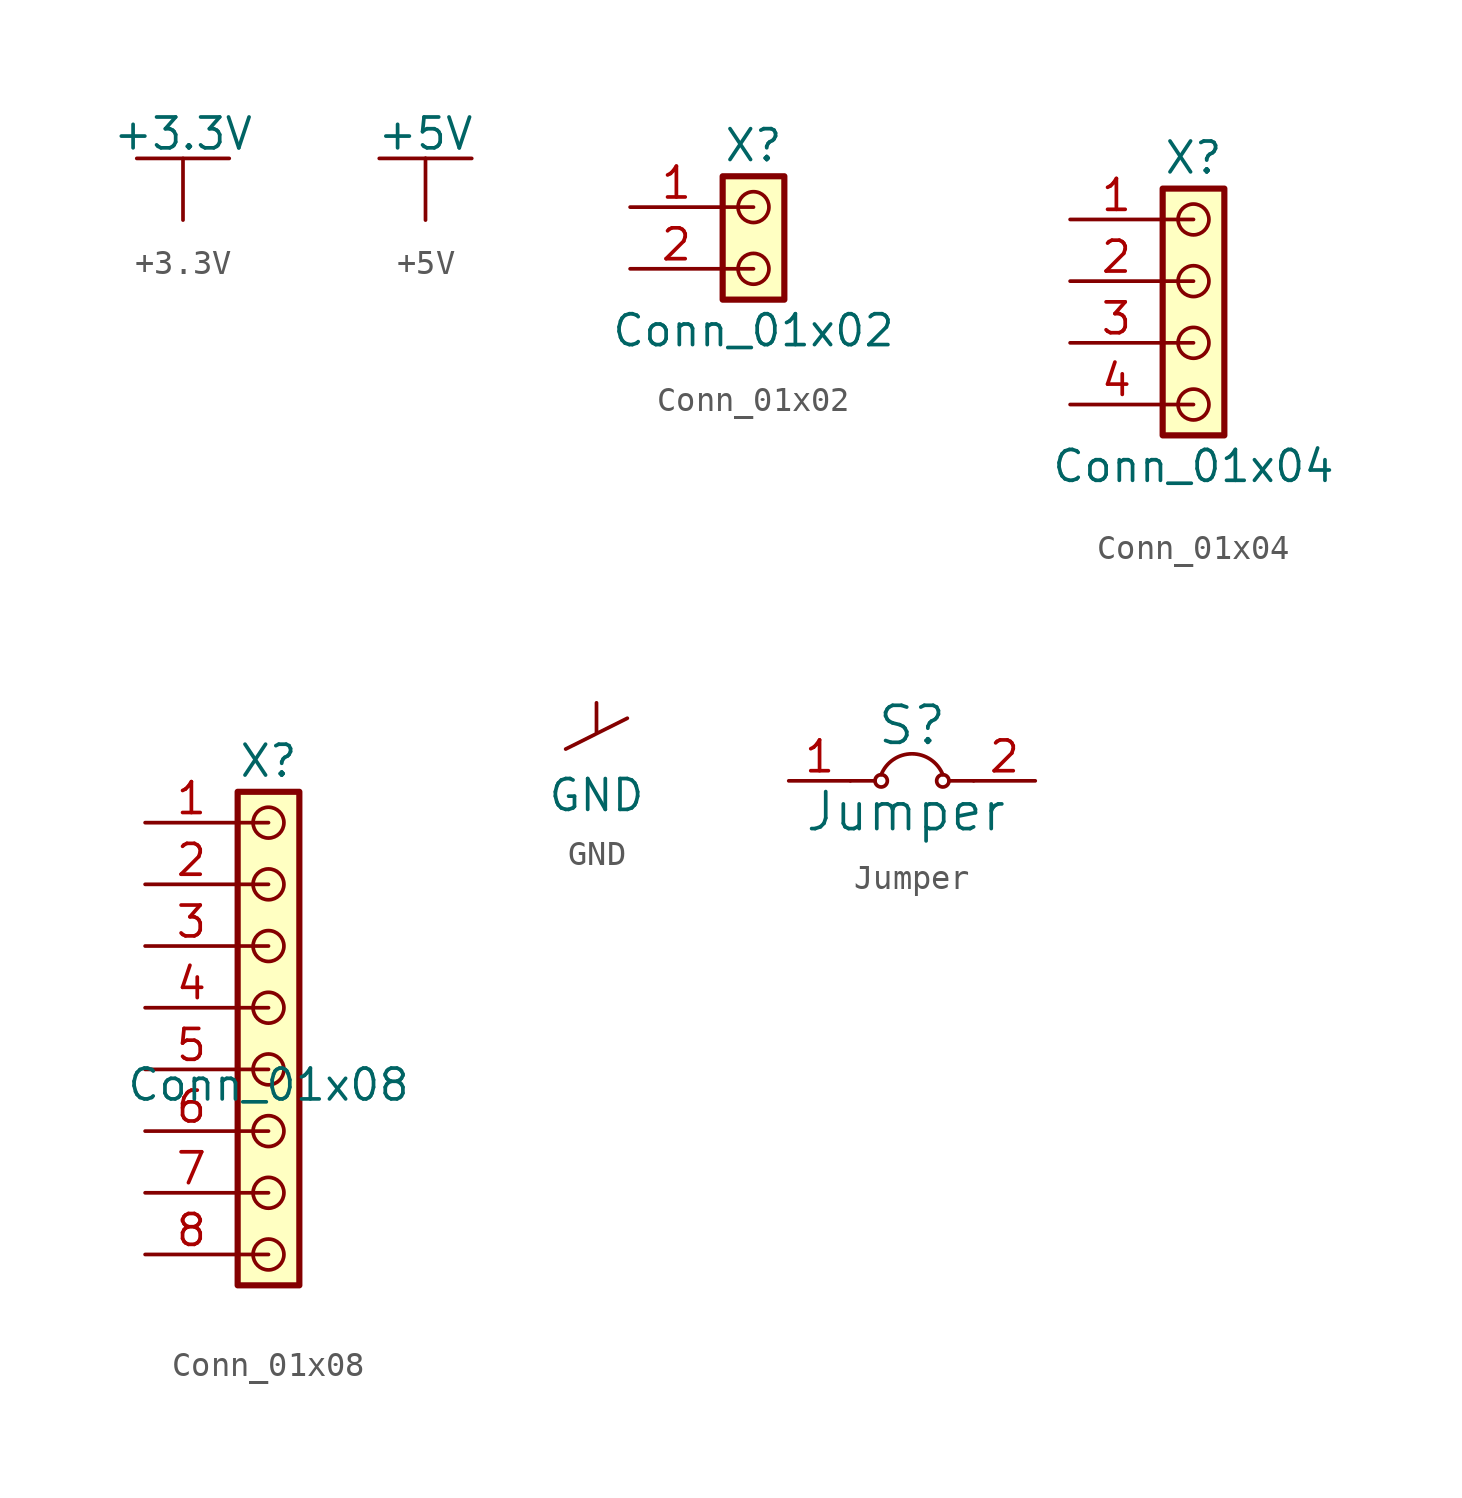
<source format=kicad_sym>
(kicad_symbol_lib
  (version 20220914)
  (generator kicad_symbol_editor)
  (symbol "+3.3V"
    (power)
    (pin_names
      (offset 0))
    (property "Reference" "#PWR"
      (at 0 -3.81 0)
      (effects (font (size 1.27 1.27)) hide))
    (property "Value" "+3.3V"
      (at 0 3.556 0)
      (effects (font (size 1.27 1.27))))
    (symbol "+3.3V_0_1"
      (polyline (pts (xy 0 0) (xy 0 2.54)) (stroke (width 0) (type default)) (fill (type none)))
      (polyline (pts (xy 1.905 2.54) (xy -1.905 2.54)) (stroke (width 0.152) (type default)) (fill (type none))))
    (symbol "+3.3V_1_1"
      (pin power_in line (at 0 0 90) (length 0) hide (name "+3.3V" (effects (font (size 1.27 1.27)))) (number "1" (effects (font (size 1.27 1.27)))))))
  (symbol "+5V"
    (power)
    (pin_names
      (offset 0))
    (property "Reference" "#PWR"
      (at 0 -3.81 0)
      (effects (font (size 1.27 1.27)) hide))
    (property "Value" "+5V"
      (at 0 3.556 0)
      (effects (font (size 1.27 1.27))))
    (symbol "+5V_0_1"
      (polyline (pts (xy -1.905 2.54) (xy 0 2.54)) (stroke (width 0) (type default)) (fill (type none)))
      (polyline (pts (xy 0 0) (xy 0 2.54)) (stroke (width 0) (type default)) (fill (type none)))
      (polyline (pts (xy 0 2.54) (xy 1.905 2.54)) (stroke (width 0) (type default)) (fill (type none))))
    (symbol "+5V_1_1"
      (pin power_in line (at 0 0 90) (length 0) hide (name "+5V" (effects (font (size 1.27 1.27)))) (number "1" (effects (font (size 1.27 1.27)))))))
  (symbol "Conn_01x02"
    (pin_names
      (offset 1.016) hide)
    (property "Reference" "X"
      (at 0 2.54 0)
      (effects (font (size 1.27 1.27))))
    (property "Value" "Conn_01x02"
      (at 0 -5.08 0)
      (effects (font (size 1.27 1.27))))
    (symbol "Conn_01x02_0_1"
      (circle (center 0 -2.54) (radius 0.635) (stroke (width 0.152) (type default)) (fill (type none)))
      (polyline (pts (xy -1.27 -2.54) (xy 0 -2.54)) (stroke (width 0.152) (type default)) (fill (type none)))
      (polyline (pts (xy -1.27 0) (xy 0 0)) (stroke (width 0.152) (type default)) (fill (type none)))
      (circle (center 0 0) (radius 0.635) (stroke (width 0.152) (type default)) (fill (type none))))
    (symbol "Conn_01x02_1_1"
      (rectangle (start -1.27 1.27) (end 1.27 -3.81) (stroke (width 0.254) (type default)) (fill (type background)))
      (pin passive line (at -5.08 0 0) (length 3.81) (name "Pin_1" (effects (font (size 1.27 1.27)))) (number "1" (effects (font (size 1.27 1.27)))))
      (pin passive line (at -5.08 -2.54 0) (length 3.81) (name "Pin_2" (effects (font (size 1.27 1.27)))) (number "2" (effects (font (size 1.27 1.27)))))))
  (symbol "Conn_01x04"
    (pin_names
      (offset 1.016) hide)
    (property "Reference" "X"
      (at 0 5.08 0)
      (effects (font (size 1.27 1.27))))
    (property "Value" "Conn_01x04"
      (at 0 -7.62 0)
      (effects (font (size 1.27 1.27))))
    (symbol "Conn_01x04_0_1"
      (circle (center 0 -5.08) (radius 0.635) (stroke (width 0) (type default)) (fill (type none)))
      (circle (center 0 -2.54) (radius 0.635) (stroke (width 0) (type default)) (fill (type none)))
      (polyline (pts (xy 0 -5.08) (xy -1.27 -5.08)) (stroke (width 0) (type default)) (fill (type none)))
      (polyline (pts (xy 0 -2.54) (xy -1.27 -2.54)) (stroke (width 0) (type default)) (fill (type none)))
      (polyline (pts (xy 0 0) (xy -1.27 0)) (stroke (width 0) (type default)) (fill (type none)))
      (polyline (pts (xy 0 2.54) (xy -1.27 2.54)) (stroke (width 0) (type default)) (fill (type none)))
      (circle (center 0 0) (radius 0.635) (stroke (width 0) (type default)) (fill (type none)))
      (circle (center 0 2.54) (radius 0.635) (stroke (width 0) (type default)) (fill (type none))))
    (symbol "Conn_01x04_1_1"
      (rectangle (start -1.27 3.81) (end 1.27 -6.35) (stroke (width 0.254) (type default)) (fill (type background)))
      (pin passive line (at -5.08 2.54 0) (length 3.81) (name "Pin_1" (effects (font (size 1.27 1.27)))) (number "1" (effects (font (size 1.27 1.27)))))
      (pin passive line (at -5.08 0 0) (length 3.81) (name "Pin_2" (effects (font (size 1.27 1.27)))) (number "2" (effects (font (size 1.27 1.27)))))
      (pin passive line (at -5.08 -2.54 0) (length 3.81) (name "Pin_3" (effects (font (size 1.27 1.27)))) (number "3" (effects (font (size 1.27 1.27)))))
      (pin passive line (at -5.08 -5.08 0) (length 3.81) (name "Pin_4" (effects (font (size 1.27 1.27)))) (number "4" (effects (font (size 1.27 1.27)))))))
  (symbol "Conn_01x08"
    (pin_names
      (offset 1.016) hide)
    (property "Reference" "X"
      (at 0 10.16 0)
      (effects (font (size 1.27 1.27))))
    (property "Value" "Conn_01x08"
      (at 0 -3.175 0)
      (effects (font (size 1.27 1.27))))
    (symbol "Conn_01x08_0_1"
      (circle (center 0 -10.16) (radius 0.635) (stroke (width 0) (type default)) (fill (type none)))
      (circle (center 0 -7.62) (radius 0.635) (stroke (width 0) (type default)) (fill (type none)))
      (circle (center 0 -5.08) (radius 0.635) (stroke (width 0) (type default)) (fill (type none)))
      (circle (center 0 -2.54) (radius 0.635) (stroke (width 0) (type default)) (fill (type none)))
      (polyline (pts (xy 0 -10.16) (xy -1.27 -10.16)) (stroke (width 0) (type default)) (fill (type none)))
      (polyline (pts (xy 0 -7.62) (xy -1.27 -7.62)) (stroke (width 0) (type default)) (fill (type none)))
      (polyline (pts (xy 0 -5.08) (xy -1.27 -5.08)) (stroke (width 0) (type default)) (fill (type none)))
      (polyline (pts (xy 0 -2.54) (xy -1.27 -2.54)) (stroke (width 0) (type default)) (fill (type none)))
      (polyline (pts (xy 0 0) (xy -1.27 0)) (stroke (width 0) (type default)) (fill (type none)))
      (polyline (pts (xy 0 2.54) (xy -1.27 2.54)) (stroke (width 0) (type default)) (fill (type none)))
      (polyline (pts (xy 0 5.08) (xy -1.27 5.08)) (stroke (width 0) (type default)) (fill (type none)))
      (polyline (pts (xy 0 7.62) (xy -1.27 7.62)) (stroke (width 0) (type default)) (fill (type none)))
      (circle (center 0 0) (radius 0.635) (stroke (width 0) (type default)) (fill (type none)))
      (circle (center 0 2.54) (radius 0.635) (stroke (width 0) (type default)) (fill (type none)))
      (circle (center 0 5.08) (radius 0.635) (stroke (width 0) (type default)) (fill (type none)))
      (circle (center 0 7.62) (radius 0.635) (stroke (width 0) (type default)) (fill (type none))))
    (symbol "Conn_01x08_1_1"
      (rectangle (start -1.27 8.89) (end 1.27 -11.43) (stroke (width 0.254) (type default)) (fill (type background)))
      (pin passive line (at -5.08 7.62 0) (length 3.81) (name "Pin_1" (effects (font (size 1.27 1.27)))) (number "1" (effects (font (size 1.27 1.27)))))
      (pin passive line (at -5.08 5.08 0) (length 3.81) (name "Pin_2" (effects (font (size 1.27 1.27)))) (number "2" (effects (font (size 1.27 1.27)))))
      (pin passive line (at -5.08 2.54 0) (length 3.81) (name "Pin_3" (effects (font (size 1.27 1.27)))) (number "3" (effects (font (size 1.27 1.27)))))
      (pin passive line (at -5.08 0 0) (length 3.81) (name "Pin_4" (effects (font (size 1.27 1.27)))) (number "4" (effects (font (size 1.27 1.27)))))
      (pin passive line (at -5.08 -2.54 0) (length 3.81) (name "Pin_5" (effects (font (size 1.27 1.27)))) (number "5" (effects (font (size 1.27 1.27)))))
      (pin passive line (at -5.08 -5.08 0) (length 3.81) (name "Pin_6" (effects (font (size 1.27 1.27)))) (number "6" (effects (font (size 1.27 1.27)))))
      (pin passive line (at -5.08 -7.62 0) (length 3.81) (name "Pin_7" (effects (font (size 1.27 1.27)))) (number "7" (effects (font (size 1.27 1.27)))))
      (pin passive line (at -5.08 -10.16 0) (length 3.81) (name "Pin_8" (effects (font (size 1.27 1.27)))) (number "8" (effects (font (size 1.27 1.27)))))))
  (symbol "GND"
    (power)
    (pin_names
      (offset 0))
    (property "Reference" "#PWR"
      (at 0 -6.35 0)
      (effects (font (size 1.27 1.27)) hide))
    (property "Value" "GND"
      (at 0 -3.81 0)
      (effects (font (size 1.27 1.27))))
    (symbol "GND_0_1"
      (polyline (pts (xy 0 0) (xy 0 -1.27) (xy 1.27 -0.635) (xy 0 -1.27) (xy -1.27 -1.905) (xy 0 -1.27)) (stroke (width 0) (type default)) (fill (type none))))
    (symbol "GND_1_1"
      (pin power_in line (at 0 0 270) (length 0) hide (name "GND" (effects (font (size 1.27 1.27)))) (number "1" (effects (font (size 1.27 1.27)))))))
  (symbol "Jumper"
    (pin_names
      (offset 1.016))
    (property "Reference" "S"
      (at 0 2.286 0)
      (effects (font (size 1.524 1.524))))
    (property "Value" "Jumper"
      (at -0.254 -1.27 0)
      (effects (font (size 1.524 1.524))))
    (symbol "Jumper_0_1"
      (circle (center -1.27 0) (radius 0.254) (stroke (width 0) (type default)) (fill (type none)))
      (polyline (pts (xy -1.524 0) (xy -2.54 0)) (stroke (width 0) (type default)) (fill (type none)))
      (polyline (pts (xy 1.524 0) (xy 2.54 0)) (stroke (width 0) (type default)) (fill (type none)))
      (circle (center 1.27 0) (radius 0.254) (stroke (width 0) (type default)) (fill (type none)))
      (arc (start 1.27 0.254) (mid 0 1.1138) (end -1.27 0.254) (stroke (width 0) (type default)) (fill (type none))))
    (symbol "Jumper_1_1"
      (pin passive line (at -5.08 0 0) (length 2.54) (name "~" (effects (font (size 1.27 1.27)))) (number "1" (effects (font (size 1.27 1.27)))))
      (pin passive line (at 5.08 0 180) (length 2.54) (name "~" (effects (font (size 1.27 1.27)))) (number "2" (effects (font (size 1.27 1.27))))))))
</source>
